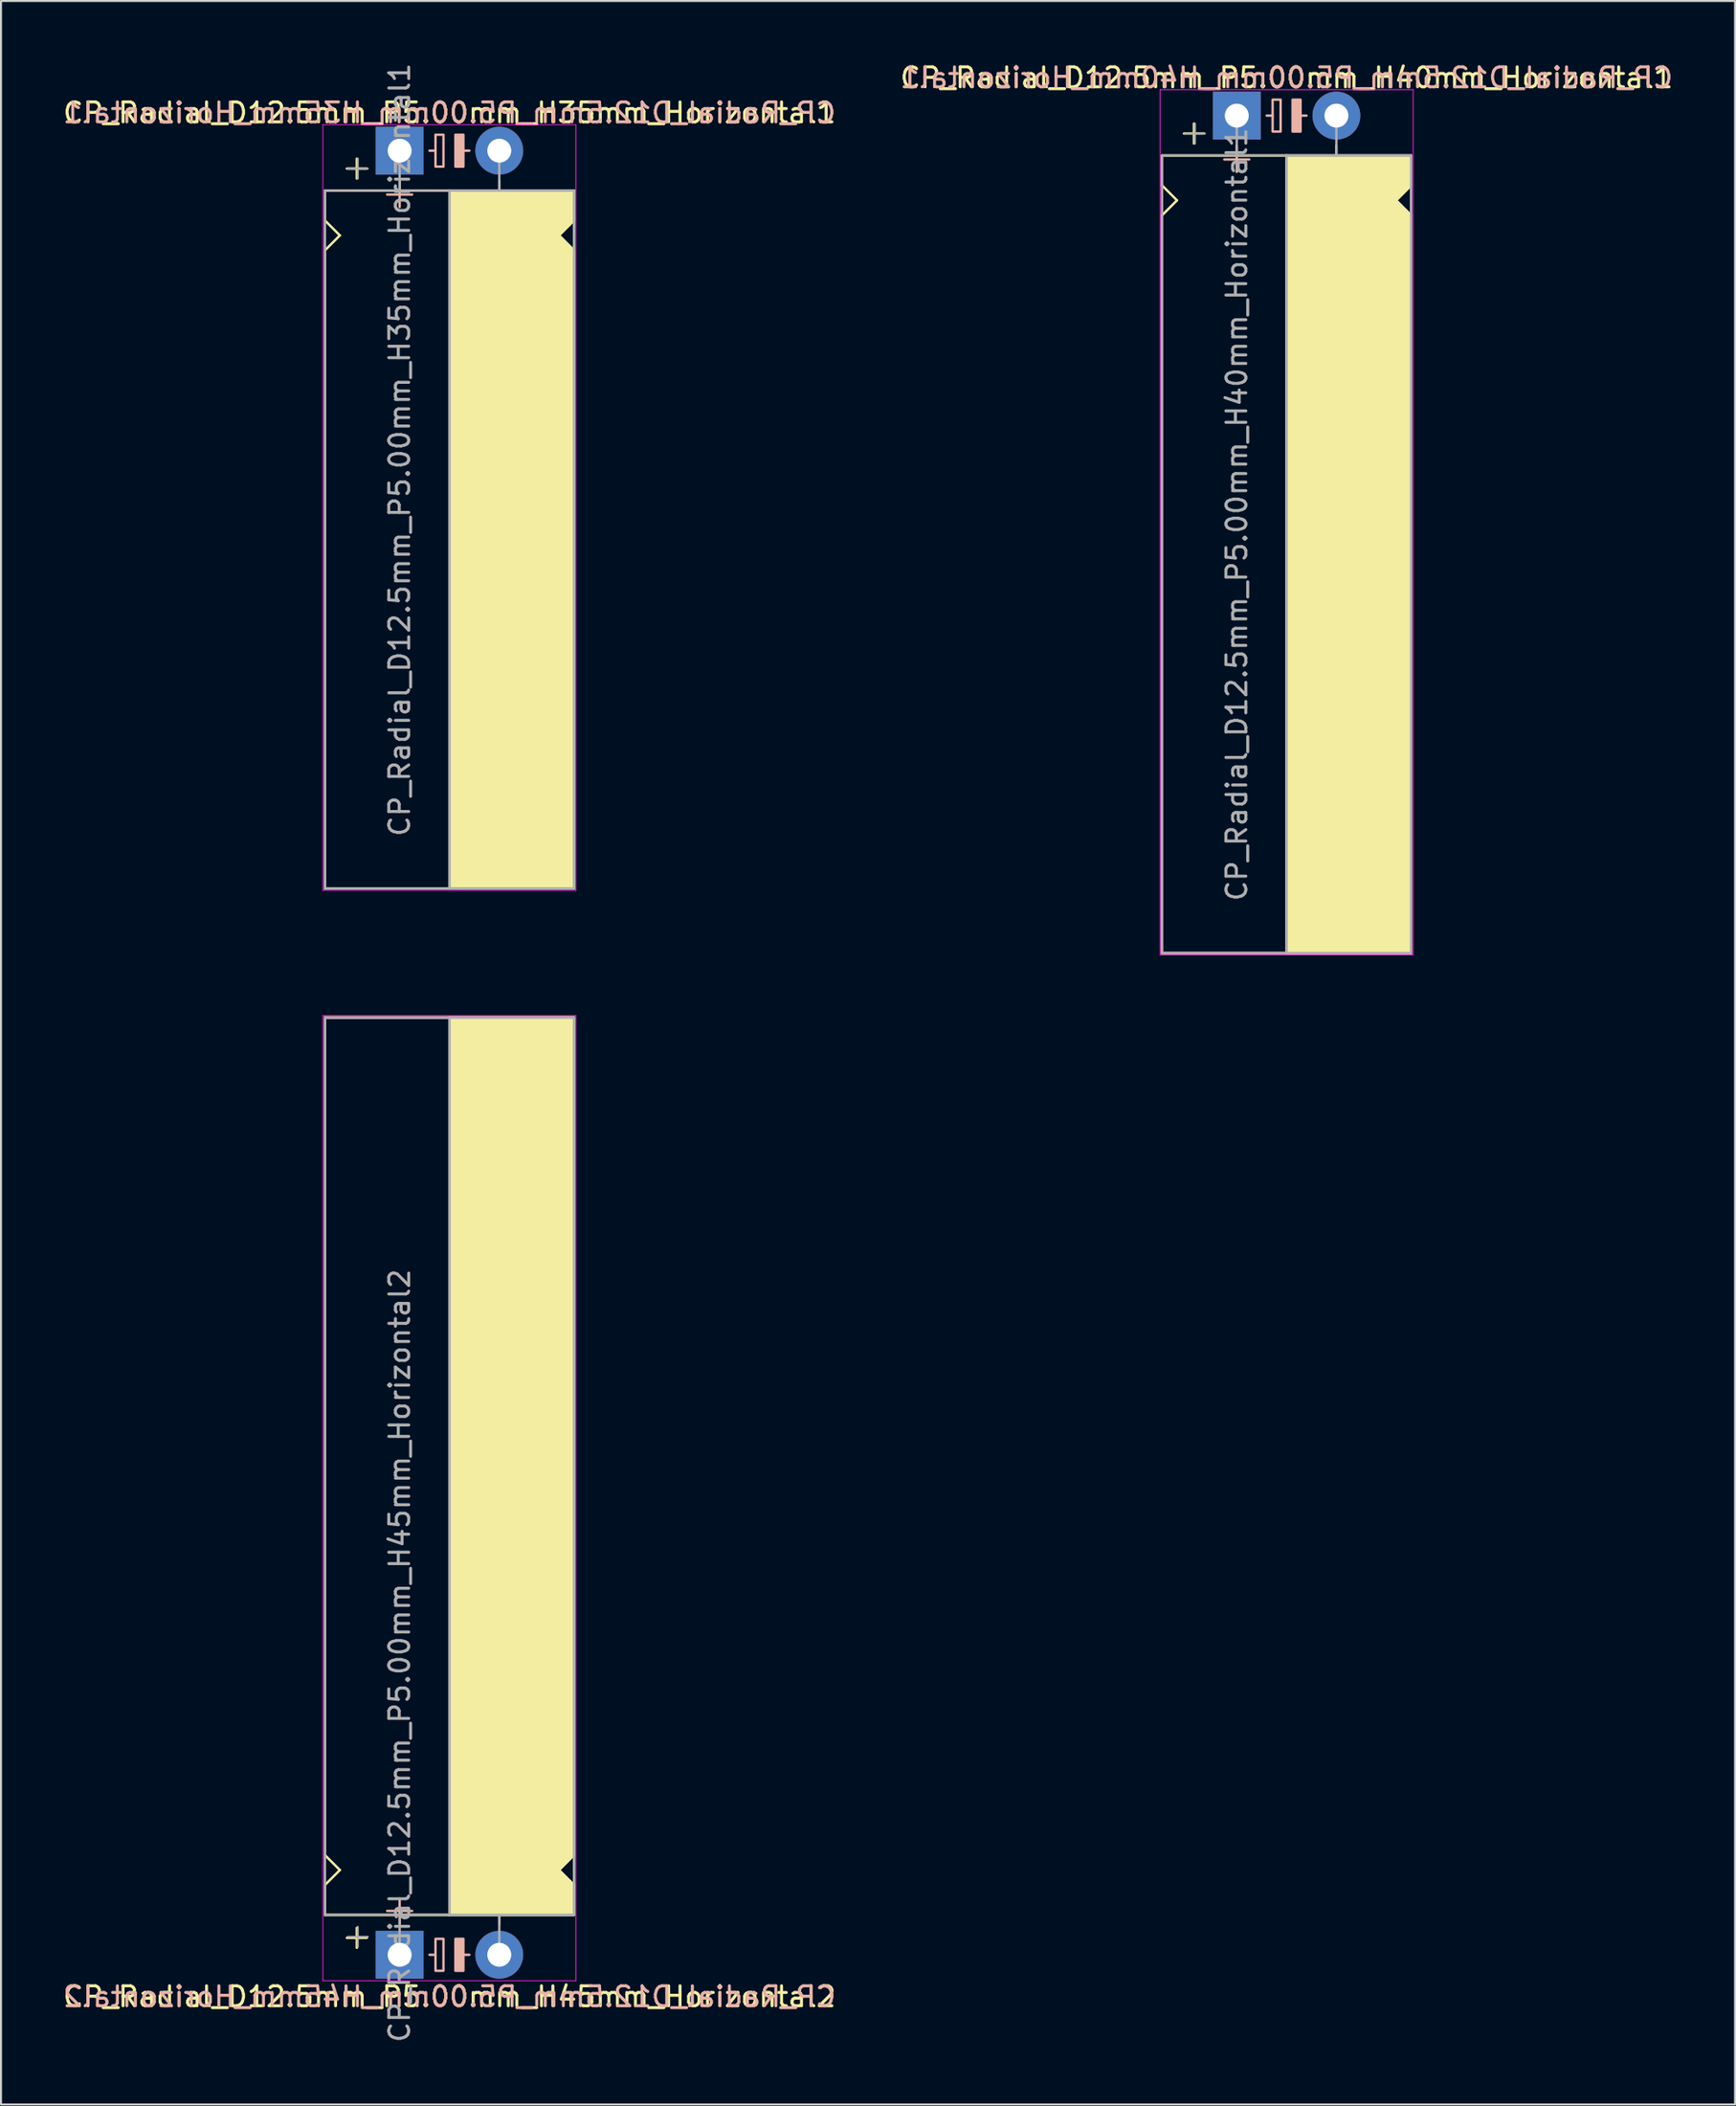
<source format=kicad_pcb>
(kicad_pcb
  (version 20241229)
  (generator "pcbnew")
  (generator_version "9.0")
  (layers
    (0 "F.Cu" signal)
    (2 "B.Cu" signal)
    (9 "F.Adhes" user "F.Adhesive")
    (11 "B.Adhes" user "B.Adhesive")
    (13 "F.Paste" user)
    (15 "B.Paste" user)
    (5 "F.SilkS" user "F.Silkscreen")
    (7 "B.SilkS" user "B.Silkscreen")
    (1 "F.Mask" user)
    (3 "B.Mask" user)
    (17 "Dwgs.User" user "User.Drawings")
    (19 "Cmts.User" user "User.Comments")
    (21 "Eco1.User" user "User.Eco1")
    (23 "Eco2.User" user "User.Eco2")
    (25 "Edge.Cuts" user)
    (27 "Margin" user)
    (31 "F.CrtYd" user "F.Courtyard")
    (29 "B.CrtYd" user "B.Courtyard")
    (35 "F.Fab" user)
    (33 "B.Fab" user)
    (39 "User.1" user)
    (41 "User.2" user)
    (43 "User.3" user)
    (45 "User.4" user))
  (footprint "CP_Radial_D12.5mm_P5.00mm_H45mm_Horizontal2"
    (layer "F.Cu")
    (at 17.006 94.988)
    (property "Reference" "CP_Radial_D12.5mm_P5.00mm_H45mm_Horizontal2" (at 2.5 2.1 180) (layer "F.SilkS") (effects (font (size 1 1) (thickness 0.15))))
    (fp_line (start -3.75 -5) (end -3.75 -47) (stroke (width 0.12) (type solid)) (layer "F.SilkS"))
    (fp_line (start -3.75 -3.5) (end -3 -4.25) (stroke (width 0.12) (type solid)) (layer "F.SilkS"))
    (fp_line (start -3.75 -2) (end -3.75 -3.5) (stroke (width 0.12) (type solid)) (layer "F.SilkS"))
    (fp_line (start -3 -4.25) (end -3.75 -5) (stroke (width 0.12) (type solid)) (layer "F.SilkS"))
    (fp_line (start -2.15 -1.35) (end -2.15 -0.35) (stroke (width 0.12) (type solid)) (layer "F.SilkS"))
    (fp_line (start -1.65 -0.85) (end -2.65 -0.85) (stroke (width 0.12) (type solid)) (layer "F.SilkS"))
    (fp_line (start 0 -1.5) (end 0 -2) (stroke (width 0.12) (type solid)) (layer "F.SilkS"))
    (fp_line (start 2.5 -2) (end -3.75 -2) (stroke (width 0.12) (type solid)) (layer "F.SilkS"))
    (fp_line (start 2.5 -2) (end 2.5 -47) (stroke (width 0.12) (type solid)) (layer "F.SilkS"))
    (fp_line (start 2.5 -2) (end 8.75 -2) (stroke (width 0.12) (type solid)) (layer "F.SilkS"))
    (fp_line (start 5 -1.5) (end 5 -2) (stroke (width 0.12) (type solid)) (layer "F.SilkS"))
    (fp_line (start 8 -4.25) (end 8.75 -5) (stroke (width 0.12) (type solid)) (layer "F.SilkS"))
    (fp_line (start 8.75 -47) (end -3.75 -47) (stroke (width 0.12) (type solid)) (layer "F.SilkS"))
    (fp_line (start 8.75 -5) (end 8.75 -47) (stroke (width 0.12) (type solid)) (layer "F.SilkS"))
    (fp_line (start 8.75 -3.5) (end 8 -4.25) (stroke (width 0.12) (type solid)) (layer "F.SilkS"))
    (fp_line (start 8.75 -2) (end 8.75 -3.5) (stroke (width 0.12) (type solid)) (layer "F.SilkS"))
    (fp_poly (pts (xy 8.75 -3.5) (xy 8 -4.25) (xy 8.75 -5) (xy 8.75 -47) (xy 2.5 -47) (xy 2.5 -2) (xy 8.75 -2)) (stroke (width 0.1) (type solid)) (fill yes) (layer "F.SilkS"))
    (fp_line (start 0 -2.825) (end 0 -1.575) (stroke (width 0.12) (type solid)) (layer "B.SilkS"))
    (fp_line (start 0.625 -2.2) (end -0.625 -2.2) (stroke (width 0.12) (type solid)) (layer "B.SilkS"))
    (fp_line (start 1.8 0) (end 1.5 0) (stroke (width 0.12) (type solid)) (layer "B.SilkS"))
    (fp_line (start 3.5 0) (end 3.2 0) (stroke (width 0.12) (type solid)) (layer "B.SilkS"))
    (fp_rect (start 2.2 -0.8) (end 1.8 0.8) (stroke (width 0.12) (type solid)) (fill no) (layer "B.SilkS"))
    (fp_rect (start 3.2 -0.8) (end 2.8 0.8) (stroke (width 0.12) (type solid)) (fill yes) (layer "B.SilkS"))
    (fp_line (start -3.85 -47.1) (end -3.85 1.3) (stroke (width 0.04) (type solid)) (layer "F.CrtYd"))
    (fp_line (start 8.85 -47.1) (end -3.85 -47.1) (stroke (width 0.04) (type solid)) (layer "F.CrtYd"))
    (fp_line (start 8.85 1.3) (end -3.85 1.3) (stroke (width 0.04) (type solid)) (layer "F.CrtYd"))
    (fp_line (start 8.85 1.3) (end 8.85 -47.1) (stroke (width 0.04) (type solid)) (layer "F.CrtYd"))
    (fp_line (start -3.75 -47) (end 8.75 -47) (stroke (width 0.12) (type solid)) (layer "F.Fab"))
    (fp_line (start -3.75 -2) (end -3.75 -47) (stroke (width 0.12) (type solid)) (layer "F.Fab"))
    (fp_line (start -2.6 -0.9) (end -1.6 -0.9) (stroke (width 0.1) (type solid)) (layer "F.Fab"))
    (fp_line (start -2.1 -0.4) (end -2.1 -1.4) (stroke (width 0.1) (type solid)) (layer "F.Fab"))
    (fp_line (start 0 -2) (end -3.75 -2) (stroke (width 0.12) (type solid)) (layer "F.Fab"))
    (fp_line (start 0 0) (end 0 -2) (stroke (width 0.12) (type solid)) (layer "F.Fab"))
    (fp_line (start 2.5 -2) (end 2.5 -47) (stroke (width 0.12) (type solid)) (layer "F.Fab"))
    (fp_line (start 5 -2) (end 5 0) (stroke (width 0.12) (type solid)) (layer "F.Fab"))
    (fp_line (start 8.75 -47) (end 8.75 -2) (stroke (width 0.12) (type solid)) (layer "F.Fab"))
    (fp_line (start 8.75 -2) (end 0 -2) (stroke (width 0.12) (type solid)) (layer "F.Fab"))
    (fp_poly (pts (xy 8.75 -47) (xy 2.5 -47) (xy 2.5 -2) (xy 8.75 -2)) (stroke (width 0.1) (type solid)) (fill no) (layer "F.Fab"))
    (fp_text user "${REFERENCE}" (at 2.5 2.1 0) (layer "B.SilkS") (effects (font (size 1 1) (thickness 0.15)) (justify mirror)))
    (fp_text user "${REFERENCE}" (at 0 -15 90) (layer "F.Fab") (effects (font (size 1 1) (thickness 0.15))))
    (pad "1" thru_hole rect (at 0 0) (size 2.4 2.4) (drill 1.2) (layers "*.Cu" "*.Mask"))
    (pad "2" thru_hole circle (at 5 0) (size 2.4 2.4) (drill 1.2) (layers "*.Cu" "*.Mask")))
  (footprint "CP_Radial_D12.5mm_P5.00mm_H40mm_Horizontal1"
    (layer "F.Cu")
    (at 59.018 2.748)
    (property "Reference" "CP_Radial_D12.5mm_P5.00mm_H40mm_Horizontal1" (at 2.5 -1.9 180) (layer "F.SilkS") (effects (font (size 1 1) (thickness 0.15))))
    (fp_line (start -3.75 2) (end -3.75 3.5) (stroke (width 0.12) (type solid)) (layer "F.SilkS"))
    (fp_line (start -3.75 3.5) (end -3 4.25) (stroke (width 0.12) (type solid)) (layer "F.SilkS"))
    (fp_line (start -3.75 5) (end -3.75 42) (stroke (width 0.12) (type solid)) (layer "F.SilkS"))
    (fp_line (start -3 4.25) (end -3.75 5) (stroke (width 0.12) (type solid)) (layer "F.SilkS"))
    (fp_line (start -2.15 0.4) (end -2.15 1.4) (stroke (width 0.12) (type solid)) (layer "F.SilkS"))
    (fp_line (start -1.65 0.9) (end -2.65 0.9) (stroke (width 0.12) (type solid)) (layer "F.SilkS"))
    (fp_line (start 0 1.5) (end 0 2) (stroke (width 0.12) (type solid)) (layer "F.SilkS"))
    (fp_line (start 2.5 2) (end -3.75 2) (stroke (width 0.12) (type solid)) (layer "F.SilkS"))
    (fp_line (start 2.5 2) (end 2.5 42) (stroke (width 0.12) (type solid)) (layer "F.SilkS"))
    (fp_line (start 2.5 2) (end 8.75 2) (stroke (width 0.12) (type solid)) (layer "F.SilkS"))
    (fp_line (start 5 1.5) (end 5 2) (stroke (width 0.12) (type solid)) (layer "F.SilkS"))
    (fp_line (start 8 4.25) (end 8.75 5) (stroke (width 0.12) (type solid)) (layer "F.SilkS"))
    (fp_line (start 8.75 2) (end 8.75 3.5) (stroke (width 0.12) (type solid)) (layer "F.SilkS"))
    (fp_line (start 8.75 3.5) (end 8 4.25) (stroke (width 0.12) (type solid)) (layer "F.SilkS"))
    (fp_line (start 8.75 5) (end 8.75 42) (stroke (width 0.12) (type solid)) (layer "F.SilkS"))
    (fp_line (start 8.75 42) (end -3.75 42) (stroke (width 0.12) (type solid)) (layer "F.SilkS"))
    (fp_poly (pts (xy 8.75 3.5) (xy 8 4.25) (xy 8.75 5) (xy 8.75 42) (xy 2.5 42) (xy 2.5 2) (xy 8.75 2)) (stroke (width 0.1) (type solid)) (fill yes) (layer "F.SilkS"))
    (fp_line (start 0 1.575) (end 0 2.825) (stroke (width 0.12) (type solid)) (layer "B.SilkS"))
    (fp_line (start 0.625 2.2) (end -0.625 2.2) (stroke (width 0.12) (type solid)) (layer "B.SilkS"))
    (fp_line (start 1.8 0) (end 1.5 0) (stroke (width 0.12) (type solid)) (layer "B.SilkS"))
    (fp_line (start 3.5 0) (end 3.2 0) (stroke (width 0.12) (type solid)) (layer "B.SilkS"))
    (fp_rect (start 2.2 -0.8) (end 1.8 0.8) (stroke (width 0.12) (type solid)) (fill no) (layer "B.SilkS"))
    (fp_rect (start 3.2 -0.8) (end 2.8 0.8) (stroke (width 0.12) (type solid)) (fill yes) (layer "B.SilkS"))
    (fp_line (start -3.85 -1.3) (end 8.85 -1.3) (stroke (width 0.04) (type solid)) (layer "F.CrtYd"))
    (fp_line (start -3.85 42.1) (end -3.85 -1.3) (stroke (width 0.04) (type solid)) (layer "F.CrtYd"))
    (fp_line (start 8.85 -1.3) (end 8.85 42.1) (stroke (width 0.04) (type solid)) (layer "F.CrtYd"))
    (fp_line (start 8.85 42.1) (end -3.85 42.1) (stroke (width 0.04) (type solid)) (layer "F.CrtYd"))
    (fp_line (start -3.75 2) (end -3.75 42) (stroke (width 0.12) (type solid)) (layer "F.Fab"))
    (fp_line (start -3.75 42) (end 8.75 42) (stroke (width 0.12) (type solid)) (layer "F.Fab"))
    (fp_line (start -2.6 0.9) (end -1.6 0.9) (stroke (width 0.1) (type solid)) (layer "F.Fab"))
    (fp_line (start -2.1 1.4) (end -2.1 0.4) (stroke (width 0.1) (type solid)) (layer "F.Fab"))
    (fp_line (start 0 0) (end 0 2) (stroke (width 0.12) (type solid)) (layer "F.Fab"))
    (fp_line (start 0 2) (end -3.75 2) (stroke (width 0.12) (type solid)) (layer "F.Fab"))
    (fp_line (start 2.5 2) (end 2.5 42) (stroke (width 0.12) (type solid)) (layer "F.Fab"))
    (fp_line (start 5 2) (end 5 0) (stroke (width 0.12) (type solid)) (layer "F.Fab"))
    (fp_line (start 8.75 2) (end 0 2) (stroke (width 0.12) (type solid)) (layer "F.Fab"))
    (fp_line (start 8.75 42) (end 8.75 2) (stroke (width 0.12) (type solid)) (layer "F.Fab"))
    (fp_poly (pts (xy 8.75 42) (xy 2.5 42) (xy 2.5 2) (xy 8.75 2)) (stroke (width 0.1) (type solid)) (fill no) (layer "F.Fab"))
    (fp_text user "${REFERENCE}" (at 2.5 -1.9 0) (layer "B.SilkS") (effects (font (size 1 1) (thickness 0.15)) (justify mirror)))
    (fp_text user "${REFERENCE}" (at 0 20 90) (layer "F.Fab") (effects (font (size 1 1) (thickness 0.15))))
    (pad "1" thru_hole rect (at 0 0) (size 2.4 2.4) (drill 1.2) (layers "*.Cu" "*.Mask"))
    (pad "2" thru_hole circle (at 5 0) (size 2.4 2.4) (drill 1.2) (layers "*.Cu" "*.Mask")))
  (footprint "CP_Radial_D12.5mm_P5.00mm_H35mm_Horizontal1"
    (layer "F.Cu")
    (at 17.006 4.506)
    (property "Reference" "CP_Radial_D12.5mm_P5.00mm_H35mm_Horizontal1" (at 2.5 -1.9 180) (layer "F.SilkS") (effects (font (size 1 1) (thickness 0.15))))
    (fp_line (start -3.75 2) (end -3.75 3.5) (stroke (width 0.12) (type solid)) (layer "F.SilkS"))
    (fp_line (start -3.75 3.5) (end -3 4.25) (stroke (width 0.12) (type solid)) (layer "F.SilkS"))
    (fp_line (start -3.75 5) (end -3.75 37) (stroke (width 0.12) (type solid)) (layer "F.SilkS"))
    (fp_line (start -3 4.25) (end -3.75 5) (stroke (width 0.12) (type solid)) (layer "F.SilkS"))
    (fp_line (start -2.15 0.4) (end -2.15 1.4) (stroke (width 0.12) (type solid)) (layer "F.SilkS"))
    (fp_line (start -1.65 0.9) (end -2.65 0.9) (stroke (width 0.12) (type solid)) (layer "F.SilkS"))
    (fp_line (start 0 1.5) (end 0 2) (stroke (width 0.12) (type solid)) (layer "F.SilkS"))
    (fp_line (start 2.5 2) (end -3.75 2) (stroke (width 0.12) (type solid)) (layer "F.SilkS"))
    (fp_line (start 2.5 2) (end 2.5 37) (stroke (width 0.12) (type solid)) (layer "F.SilkS"))
    (fp_line (start 2.5 2) (end 8.75 2) (stroke (width 0.12) (type solid)) (layer "F.SilkS"))
    (fp_line (start 5 1.5) (end 5 2) (stroke (width 0.12) (type solid)) (layer "F.SilkS"))
    (fp_line (start 8 4.25) (end 8.75 5) (stroke (width 0.12) (type solid)) (layer "F.SilkS"))
    (fp_line (start 8.75 2) (end 8.75 3.5) (stroke (width 0.12) (type solid)) (layer "F.SilkS"))
    (fp_line (start 8.75 3.5) (end 8 4.25) (stroke (width 0.12) (type solid)) (layer "F.SilkS"))
    (fp_line (start 8.75 5) (end 8.75 37) (stroke (width 0.12) (type solid)) (layer "F.SilkS"))
    (fp_line (start 8.75 37) (end -3.75 37) (stroke (width 0.12) (type solid)) (layer "F.SilkS"))
    (fp_poly (pts (xy 8.75 3.5) (xy 8 4.25) (xy 8.75 5) (xy 8.75 37) (xy 2.5 37) (xy 2.5 2) (xy 8.75 2)) (stroke (width 0.1) (type solid)) (fill yes) (layer "F.SilkS"))
    (fp_line (start 0 1.575) (end 0 2.825) (stroke (width 0.12) (type solid)) (layer "B.SilkS"))
    (fp_line (start 0.625 2.2) (end -0.625 2.2) (stroke (width 0.12) (type solid)) (layer "B.SilkS"))
    (fp_line (start 1.8 0) (end 1.5 0) (stroke (width 0.12) (type solid)) (layer "B.SilkS"))
    (fp_line (start 3.5 0) (end 3.2 0) (stroke (width 0.12) (type solid)) (layer "B.SilkS"))
    (fp_rect (start 2.2 -0.8) (end 1.8 0.8) (stroke (width 0.12) (type solid)) (fill no) (layer "B.SilkS"))
    (fp_rect (start 3.2 -0.8) (end 2.8 0.8) (stroke (width 0.12) (type solid)) (fill yes) (layer "B.SilkS"))
    (fp_line (start -3.85 -1.3) (end 8.85 -1.3) (stroke (width 0.04) (type solid)) (layer "F.CrtYd"))
    (fp_line (start -3.85 37.1) (end -3.85 -1.3) (stroke (width 0.04) (type solid)) (layer "F.CrtYd"))
    (fp_line (start 8.85 -1.3) (end 8.85 37.1) (stroke (width 0.04) (type solid)) (layer "F.CrtYd"))
    (fp_line (start 8.85 37.1) (end -3.85 37.1) (stroke (width 0.04) (type solid)) (layer "F.CrtYd"))
    (fp_line (start -3.75 2) (end -3.75 37) (stroke (width 0.12) (type solid)) (layer "F.Fab"))
    (fp_line (start -3.75 37) (end 8.75 37) (stroke (width 0.12) (type solid)) (layer "F.Fab"))
    (fp_line (start -2.6 0.9) (end -1.6 0.9) (stroke (width 0.1) (type solid)) (layer "F.Fab"))
    (fp_line (start -2.1 1.4) (end -2.1 0.4) (stroke (width 0.1) (type solid)) (layer "F.Fab"))
    (fp_line (start 0 0) (end 0 2) (stroke (width 0.12) (type solid)) (layer "F.Fab"))
    (fp_line (start 0 2) (end -3.75 2) (stroke (width 0.12) (type solid)) (layer "F.Fab"))
    (fp_line (start 2.5 2) (end 2.5 37) (stroke (width 0.12) (type solid)) (layer "F.Fab"))
    (fp_line (start 5 2) (end 5 0) (stroke (width 0.12) (type solid)) (layer "F.Fab"))
    (fp_line (start 8.75 2) (end 0 2) (stroke (width 0.12) (type solid)) (layer "F.Fab"))
    (fp_line (start 8.75 37) (end 8.75 2) (stroke (width 0.12) (type solid)) (layer "F.Fab"))
    (fp_poly (pts (xy 8.75 37) (xy 2.5 37) (xy 2.5 2) (xy 8.75 2)) (stroke (width 0.1) (type solid)) (fill no) (layer "F.Fab"))
    (fp_text user "${REFERENCE}" (at 2.5 -1.9 0) (layer "B.SilkS") (effects (font (size 1 1) (thickness 0.15)) (justify mirror)))
    (fp_text user "${REFERENCE}" (at 0 15 90) (layer "F.Fab") (effects (font (size 1 1) (thickness 0.15))))
    (pad "1" thru_hole rect (at 0 0) (size 2.4 2.4) (drill 1.2) (layers "*.Cu" "*.Mask"))
    (pad "2" thru_hole circle (at 5 0) (size 2.4 2.4) (drill 1.2) (layers "*.Cu" "*.Mask")))
  (gr_rect
    (start -3 -3)
    (end 84.024 102.494)
    (stroke (width 0.1) (type default))
    (fill no)
    (layer "Edge.Cuts")))
</source>
